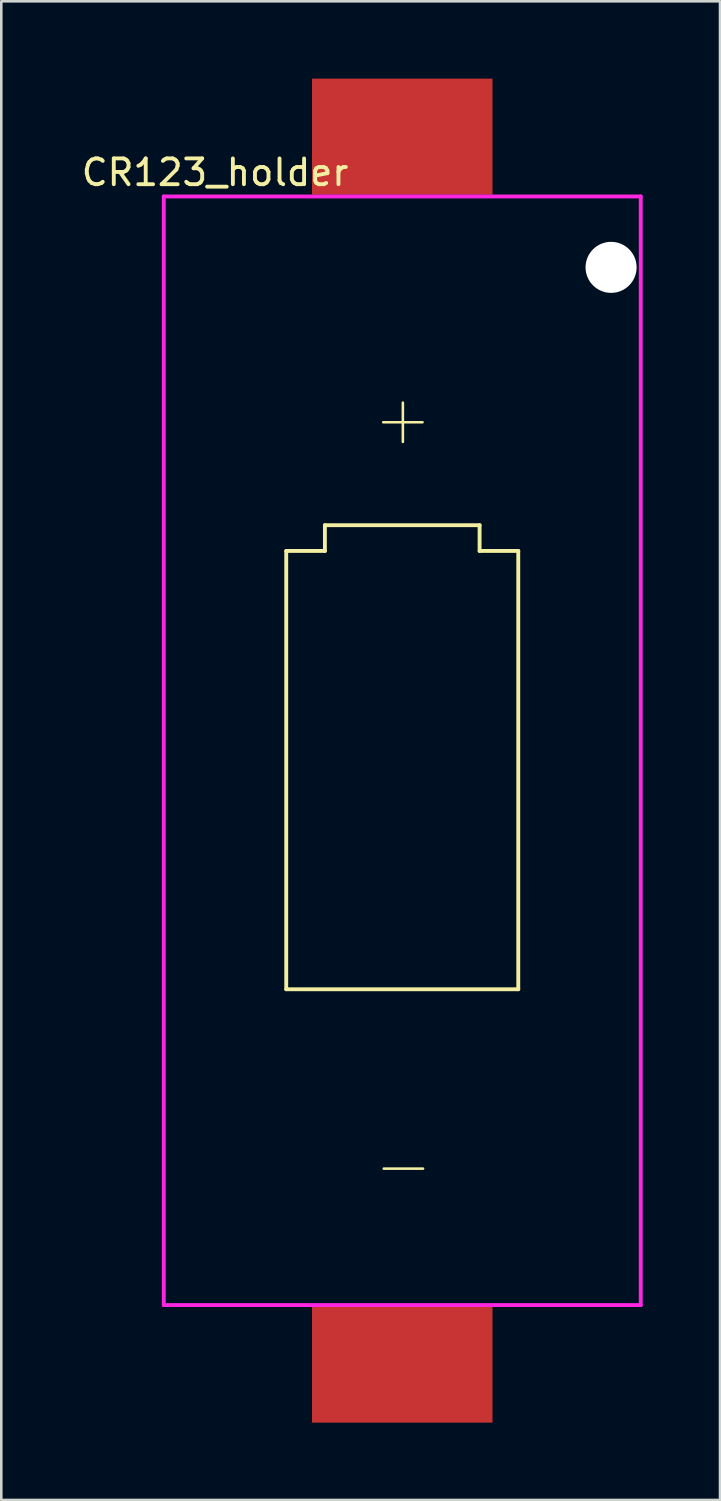
<source format=kicad_pcb>
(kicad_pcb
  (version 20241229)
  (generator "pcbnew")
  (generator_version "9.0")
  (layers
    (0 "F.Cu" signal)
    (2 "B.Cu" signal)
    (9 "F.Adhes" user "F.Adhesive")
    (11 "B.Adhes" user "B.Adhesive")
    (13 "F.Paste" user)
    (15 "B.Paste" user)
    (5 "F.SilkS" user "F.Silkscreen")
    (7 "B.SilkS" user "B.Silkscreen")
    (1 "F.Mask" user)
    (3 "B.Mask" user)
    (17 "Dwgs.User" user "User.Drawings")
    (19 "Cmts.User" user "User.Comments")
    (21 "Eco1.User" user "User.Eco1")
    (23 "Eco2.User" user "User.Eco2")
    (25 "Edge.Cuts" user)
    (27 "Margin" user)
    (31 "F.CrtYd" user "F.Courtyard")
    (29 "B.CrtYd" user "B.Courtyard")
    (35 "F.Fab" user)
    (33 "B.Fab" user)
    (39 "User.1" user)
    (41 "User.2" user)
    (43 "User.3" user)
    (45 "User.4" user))
  (footprint "CR123_holder"
    (layer "F.Cu")
    (at 12.552 7.32)
    (property "Reference" "CR123_holder" (at -7.26 -3.68 0) (layer "F.SilkS") (effects (font (size 1 1) (thickness 0.15))))
    (attr through_hole)
    (fp_line (start -4.5 11) (end -4.5 28) (stroke (width 0.15) (type solid)) (layer "F.SilkS"))
    (fp_line (start -4.5 28) (end 4.5 28) (stroke (width 0.15) (type solid)) (layer "F.SilkS"))
    (fp_line (start -3 10) (end -3 11) (stroke (width 0.15) (type solid)) (layer "F.SilkS"))
    (fp_line (start -3 11) (end -4.5 11) (stroke (width 0.15) (type solid)) (layer "F.SilkS"))
    (fp_line (start 3 10) (end -3 10) (stroke (width 0.15) (type solid)) (layer "F.SilkS"))
    (fp_line (start 3 11) (end 3 10) (stroke (width 0.15) (type solid)) (layer "F.SilkS"))
    (fp_line (start 4.5 11) (end 3 11) (stroke (width 0.15) (type solid)) (layer "F.SilkS"))
    (fp_line (start 4.5 28) (end 4.5 11) (stroke (width 0.15) (type solid)) (layer "F.SilkS"))
    (fp_line (start -9.25 -2.75) (end -9.25 40.25) (stroke (width 0.15) (type solid)) (layer "F.CrtYd"))
    (fp_line (start -9.25 -2.75) (end 9.25 -2.75) (stroke (width 0.15) (type solid)) (layer "F.CrtYd"))
    (fp_line (start -9.25 40.25) (end 9.25 40.25) (stroke (width 0.15) (type solid)) (layer "F.CrtYd"))
    (fp_line (start 9.25 -2.75) (end 9.25 40.25) (stroke (width 0.15) (type solid)) (layer "F.CrtYd"))
    (fp_text user "+" (at -1.28 7.02 0) (unlocked yes) (layer "F.SilkS") (effects (font (size 2 2) (thickness 0.1)) (justify left bottom)))
    (fp_text user "-" (at -1.26 35.97 0) (unlocked yes) (layer "F.SilkS") (effects (font (size 2 2) (thickness 0.1)) (justify left bottom)))
    (pad "" np_thru_hole circle (at 8.1 0) (size 1.98 1.98) (drill 1.98) (layers "*.Cu" "*.Mask"))
    (pad "1" smd rect (at 0 -5.07) (size 7 4.5) (layers "F.Cu" "F.Mask" "F.Paste"))
    (pad "2" smd rect (at 0 42.56) (size 7 4.5) (layers "F.Cu" "F.Mask" "F.Paste")))
  (gr_rect
    (start -3 -3)
    (end 24.877 55.13)
    (stroke (width 0.1) (type default))
    (fill no)
    (layer "Edge.Cuts")))
</source>
